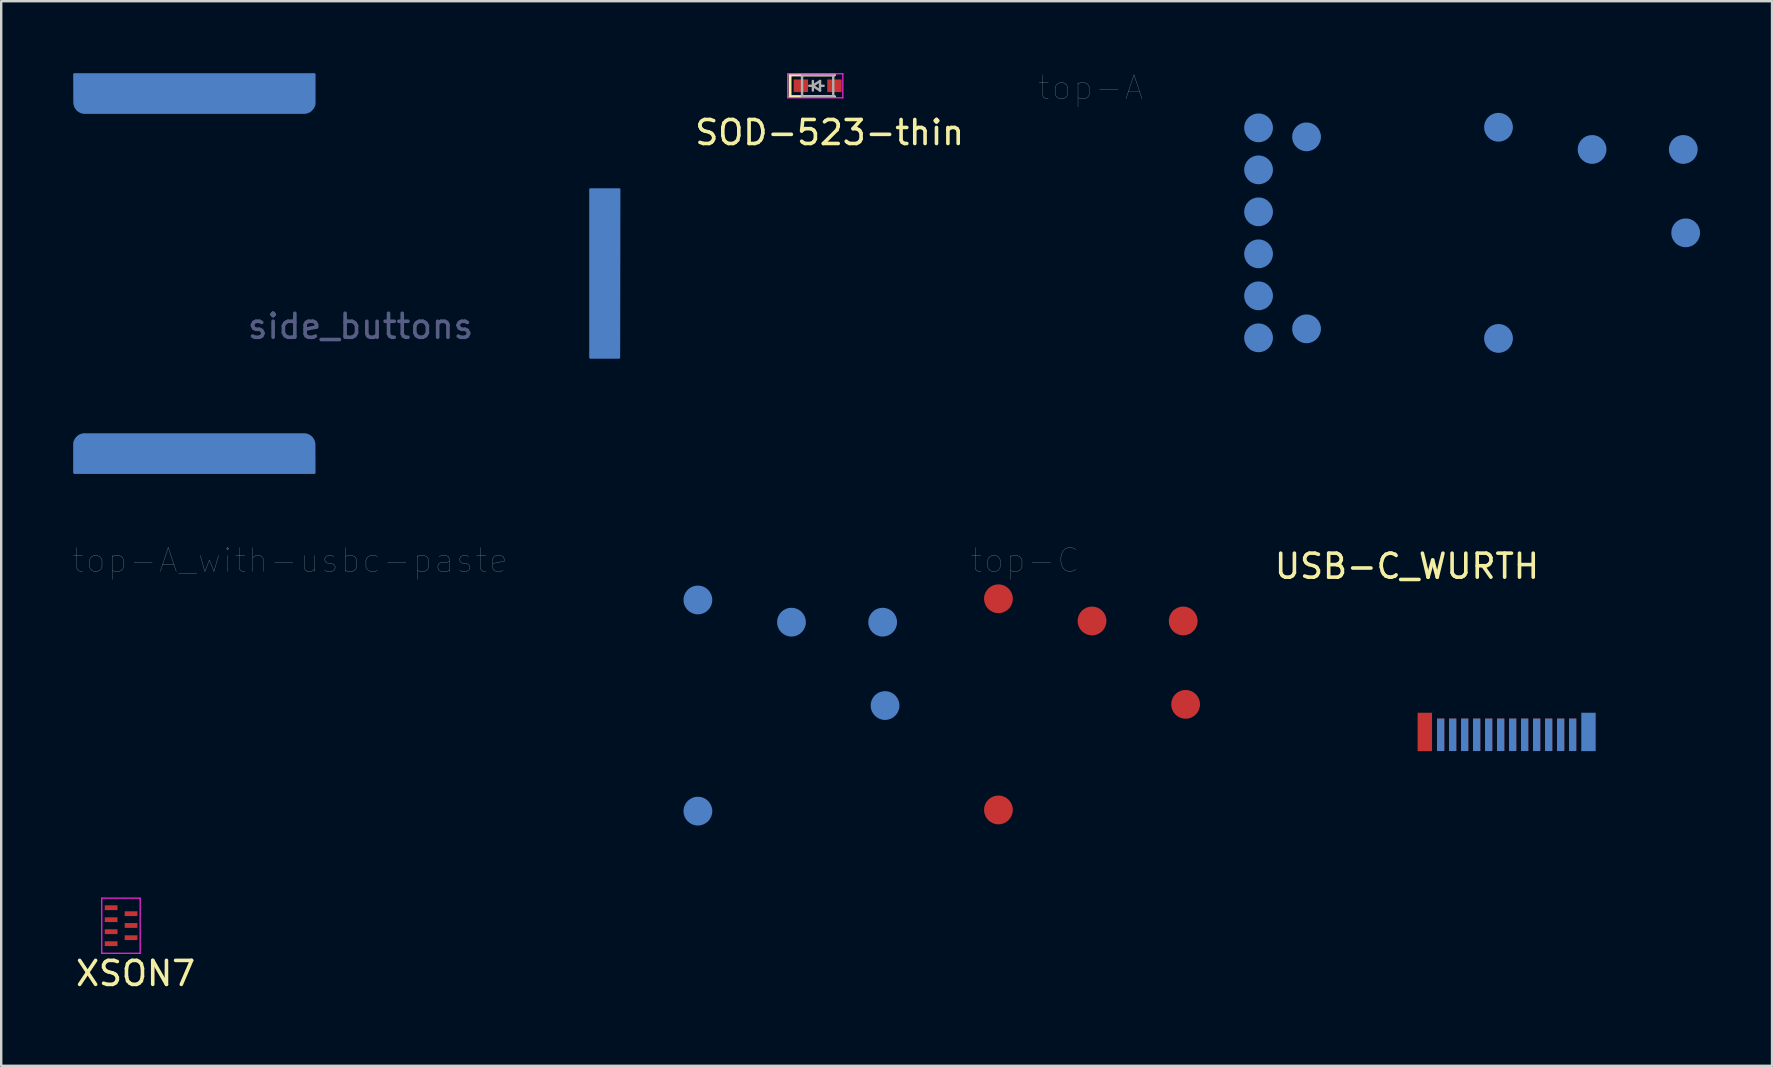
<source format=kicad_pcb>
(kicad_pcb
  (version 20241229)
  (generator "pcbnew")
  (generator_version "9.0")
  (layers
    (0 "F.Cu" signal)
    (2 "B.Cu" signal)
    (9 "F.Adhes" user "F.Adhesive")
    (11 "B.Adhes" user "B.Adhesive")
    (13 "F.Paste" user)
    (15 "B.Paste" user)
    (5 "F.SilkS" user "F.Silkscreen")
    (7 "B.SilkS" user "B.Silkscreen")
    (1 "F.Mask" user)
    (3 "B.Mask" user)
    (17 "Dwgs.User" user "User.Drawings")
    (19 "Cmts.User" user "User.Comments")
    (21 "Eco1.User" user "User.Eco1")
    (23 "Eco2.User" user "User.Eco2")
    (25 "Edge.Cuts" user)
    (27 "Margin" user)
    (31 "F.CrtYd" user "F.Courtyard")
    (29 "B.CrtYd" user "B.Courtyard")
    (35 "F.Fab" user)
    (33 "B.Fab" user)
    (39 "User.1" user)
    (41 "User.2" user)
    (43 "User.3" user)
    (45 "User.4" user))
  (footprint "USB-C_WURTH"
    (layer "F.Cu")
    (at 59.684 28.398)
    (property "Reference" "USB-C_WURTH" (at -4.1 -7.85 0) (layer "F.SilkS") (effects (font (size 1 1) (thickness 0.15))))
    (attr through_hole)
    (fp_line (start -4.195 -0.144) (end 4.305 -0.144) (stroke (width 0.1) (type solid)) (layer "Eco1.User"))
    (fp_line (start -4.195 0.036) (end 4.305 0.036) (stroke (width 0.1) (type solid)) (layer "Eco1.User"))
    (fp_line (start 0.055 -3) (end 0.055 2.7) (stroke (width 0.1) (type solid)) (layer "Eco1.User"))
    (fp_line (start 0.055 0.036) (end 0.055 -3.53) (stroke (width 0.1) (type solid)) (layer "Eco1.User"))
    (pad "A1" smd rect (at 2.805 -0.825) (size 0.3 1.35) (layers "F.Cu" "F.Mask" "F.Paste"))
    (pad "A2" smd rect (at 2.305 -0.825) (size 0.3 1.35) (layers "F.Cu" "F.Mask" "F.Paste"))
    (pad "A3" smd rect (at 1.805 -0.825) (size 0.3 1.35) (layers "F.Cu" "F.Mask" "F.Paste"))
    (pad "A4" smd rect (at 1.305 -0.825) (size 0.3 1.35) (layers "F.Cu" "F.Mask" "F.Paste"))
    (pad "A5" smd rect (at 0.805 -0.825) (size 0.3 1.35) (layers "F.Cu" "F.Mask" "F.Paste"))
    (pad "A6" smd rect (at 0.305 -0.825) (size 0.3 1.35) (layers "F.Cu" "F.Mask" "F.Paste"))
    (pad "A7" smd rect (at -0.195 -0.825) (size 0.3 1.35) (layers "F.Cu" "F.Mask" "F.Paste"))
    (pad "A8" smd rect (at -0.695 -0.825) (size 0.3 1.35) (layers "F.Cu" "F.Mask" "F.Paste"))
    (pad "A9" smd rect (at -1.195 -0.825) (size 0.3 1.35) (layers "F.Cu" "F.Mask" "F.Paste"))
    (pad "A10" smd rect (at -1.695 -0.825) (size 0.3 1.35) (layers "F.Cu" "F.Mask" "F.Paste"))
    (pad "A11" smd rect (at -2.195 -0.825) (size 0.3 1.35) (layers "F.Cu" "F.Mask" "F.Paste"))
    (pad "A12" smd rect (at -2.695 -0.825) (size 0.3 1.35) (layers "F.Cu" "F.Mask" "F.Paste"))
    (pad "B1" smd rect (at -2.695 -0.825 180) (size 0.3 1.35) (layers "B.Cu" "B.Mask" "B.Paste"))
    (pad "B2" smd rect (at -2.195 -0.825 180) (size 0.3 1.35) (layers "B.Cu" "B.Mask" "B.Paste"))
    (pad "B3" smd rect (at -1.695 -0.825 180) (size 0.3 1.35) (layers "B.Cu" "B.Mask" "B.Paste"))
    (pad "B4" smd rect (at -1.195 -0.825 180) (size 0.3 1.35) (layers "B.Cu" "B.Mask" "B.Paste"))
    (pad "B5" smd rect (at -0.695 -0.825 180) (size 0.3 1.35) (layers "B.Cu" "B.Mask" "B.Paste"))
    (pad "B6" smd rect (at -0.195 -0.825 180) (size 0.3 1.35) (layers "B.Cu" "B.Mask" "B.Paste"))
    (pad "B7" smd rect (at 0.305 -0.825 180) (size 0.3 1.35) (layers "B.Cu" "B.Mask" "B.Paste"))
    (pad "B8" smd rect (at 0.805 -0.825 180) (size 0.3 1.35) (layers "B.Cu" "B.Mask" "B.Paste"))
    (pad "B9" smd rect (at 1.305 -0.825 180) (size 0.3 1.35) (layers "B.Cu" "B.Mask" "B.Paste"))
    (pad "B10" smd rect (at 1.805 -0.825 180) (size 0.3 1.35) (layers "B.Cu" "B.Mask" "B.Paste"))
    (pad "B11" smd rect (at 2.305 -0.825 180) (size 0.3 1.35) (layers "B.Cu" "B.Mask" "B.Paste"))
    (pad "B12" smd rect (at 2.805 -0.825 180) (size 0.3 1.35) (layers "B.Cu" "B.Mask" "B.Paste"))
    (pad "NC" smd rect (at -3.355 -0.945) (size 0.6 1.6) (layers "F.Cu" "F.Mask" "F.Paste"))
    (pad "NC" smd rect (at 3.465 -0.945 180) (size 0.6 1.6) (layers "B.Cu" "B.Mask" "B.Paste")))
  (footprint "side_buttons"
    (layer "F.Cu")
    (at 22.35 8.8)
    (property "Reference" "side_buttons" (at -10.375 1.75 0) (layer "B.Fab") (effects (font (size 1 1) (thickness 0.15))))
    (attr through_hole)
    (fp_poly (pts (xy 0.395 3.05) (xy -0.795 3.05) (xy -0.795 -3.955) (xy 0.405 -3.955)) (stroke (width 0.1) (type solid)) (fill yes) (layer "B.Cu"))
    (fp_poly (pts (xy -22.3 6.65) (xy -22.295 6.59) (xy -22.285 6.555) (xy -22.265 6.51) (xy -22.235 6.455) (xy -22.185 6.395) (xy -22.135 6.345) (xy -22.1 6.32) (xy -22.065 6.3) (xy -22.015 6.28) (xy -21.945 6.26) (xy -21.895 6.255) (xy -12.735 6.255) (xy -12.67 6.26) (xy -12.64 6.265) (xy -12.59 6.28) (xy -12.535 6.305) (xy -12.47 6.345) (xy -12.445 6.365) (xy -12.405 6.41) (xy -12.375 6.45) (xy -12.345 6.505) (xy -12.325 6.56) (xy -12.31 6.62) (xy -12.305 6.685) (xy -12.305 6.74) (xy -12.3 7.85) (xy -22.3 7.85)) (stroke (width 0.1) (type solid)) (fill yes) (layer "B.Cu"))
    (fp_poly (pts (xy -12.3 -7.55) (xy -12.305 -7.49) (xy -12.315 -7.455) (xy -12.335 -7.41) (xy -12.365 -7.355) (xy -12.415 -7.295) (xy -12.465 -7.245) (xy -12.5 -7.22) (xy -12.535 -7.2) (xy -12.585 -7.18) (xy -12.655 -7.16) (xy -12.705 -7.155) (xy -21.865 -7.155) (xy -21.93 -7.16) (xy -21.96 -7.165) (xy -22.01 -7.18) (xy -22.065 -7.205) (xy -22.13 -7.245) (xy -22.155 -7.265) (xy -22.195 -7.31) (xy -22.225 -7.35) (xy -22.255 -7.405) (xy -22.275 -7.46) (xy -22.29 -7.52) (xy -22.295 -7.585) (xy -22.295 -7.64) (xy -22.3 -8.75) (xy -12.3 -8.75)) (stroke (width 0.1) (type solid)) (fill yes) (layer "B.Cu"))
    (fp_poly (pts (xy 0.395 3.05) (xy -0.795 3.05) (xy -0.795 -3.955) (xy 0.405 -3.955)) (stroke (width 0.1) (type solid)) (fill yes) (layer "B.Mask"))
    (fp_poly (pts (xy -22.3 6.65) (xy -22.295 6.59) (xy -22.285 6.555) (xy -22.265 6.51) (xy -22.235 6.455) (xy -22.185 6.395) (xy -22.135 6.345) (xy -22.1 6.32) (xy -22.065 6.3) (xy -22.015 6.28) (xy -21.945 6.26) (xy -21.895 6.255) (xy -12.735 6.255) (xy -12.67 6.26) (xy -12.64 6.265) (xy -12.59 6.28) (xy -12.535 6.305) (xy -12.47 6.345) (xy -12.445 6.365) (xy -12.405 6.41) (xy -12.375 6.45) (xy -12.345 6.505) (xy -12.325 6.56) (xy -12.31 6.62) (xy -12.305 6.685) (xy -12.305 6.74) (xy -12.3 7.85) (xy -22.3 7.85)) (stroke (width 0.1) (type solid)) (fill yes) (layer "B.Mask"))
    (fp_poly (pts (xy -12.3 -7.55) (xy -12.305 -7.49) (xy -12.315 -7.455) (xy -12.335 -7.41) (xy -12.365 -7.355) (xy -12.415 -7.295) (xy -12.465 -7.245) (xy -12.5 -7.22) (xy -12.535 -7.2) (xy -12.585 -7.18) (xy -12.655 -7.16) (xy -12.705 -7.155) (xy -21.865 -7.155) (xy -21.93 -7.16) (xy -21.96 -7.165) (xy -22.01 -7.18) (xy -22.065 -7.205) (xy -22.13 -7.245) (xy -22.155 -7.265) (xy -22.195 -7.31) (xy -22.225 -7.35) (xy -22.255 -7.405) (xy -22.275 -7.46) (xy -22.29 -7.52) (xy -22.295 -7.585) (xy -22.295 -7.64) (xy -22.3 -8.75) (xy -12.3 -8.75)) (stroke (width 0.1) (type solid)) (fill yes) (layer "B.Mask"))
    (pad "1" smd custom (at -20.34 -7.63 90) (size 0.5 0.5) (layers "B.Cu") (options (anchor rect)) (primitives))
    (pad "2" smd custom (at -20.34 6.78 90) (size 0.5 0.5) (layers "B.Cu") (options (anchor rect)) (primitives))
    (pad "3" smd custom (at -0.27 -0.38 90) (size 0.5 0.5) (layers "B.Cu") (options (anchor rect)) (primitives)))
  (footprint "XSON7"
    (layer "F.Cu")
    (at 1.581 34.778)
    (property "Reference" "XSON7" (at 1.02 2.74 0) (layer "F.SilkS") (effects (font (size 1 1) (thickness 0.15))))
    (attr through_hole)
    (fp_line (start -0.39 -0.4) (end 1.21 -0.4) (stroke (width 0.05) (type solid)) (layer "F.CrtYd"))
    (fp_line (start -0.39 1.9) (end -0.39 -0.4) (stroke (width 0.05) (type solid)) (layer "F.CrtYd"))
    (fp_line (start 1.21 -0.4) (end 1.21 1.9) (stroke (width 0.05) (type solid)) (layer "F.CrtYd"))
    (fp_line (start 1.21 1.9) (end -0.39 1.9) (stroke (width 0.05) (type solid)) (layer "F.CrtYd"))
    (pad "1" smd rect (at 0 0) (size 0.53 0.2) (layers "F.Cu" "F.Mask" "F.Paste"))
    (pad "2" smd rect (at 0 0.5) (size 0.53 0.2) (layers "F.Cu" "F.Mask" "F.Paste"))
    (pad "3" smd rect (at 0 1) (size 0.53 0.2) (layers "F.Cu" "F.Mask" "F.Paste"))
    (pad "4" smd rect (at 0 1.5) (size 0.53 0.2) (layers "F.Cu" "F.Mask" "F.Paste"))
    (pad "5" smd rect (at 0.83 0.25) (size 0.53 0.2) (layers "F.Cu" "F.Mask" "F.Paste"))
    (pad "6" smd rect (at 0.83 0.74) (size 0.53 0.2) (layers "F.Cu" "F.Mask" "F.Paste"))
    (pad "7" smd rect (at 0.83 1.25) (size 0.53 0.2) (layers "F.Cu" "F.Mask" "F.Paste")))
  (footprint "top-A_with-usbc-paste"
    (layer "F.Cu")
    (at 16.084 26.353)
    (property "Reference" "top-A_with-usbc-paste" (at -7.05 -6.05 0) (layer "F.Fab") (effects (font (size 1 1) (thickness 0.01))))
    (attr through_hole)
    (fp_circle (center 9.95 -4.4) (end 10.45 -4.4) (stroke (width 0.36) (type solid)) (fill no) (layer "B.Paste"))
    (fp_circle (center 13.85 -3.475) (end 14.35 -3.475) (stroke (width 0.26) (type solid)) (fill no) (layer "B.Paste"))
    (fp_circle (center 17.65 -3.475) (end 18.15 -3.475) (stroke (width 0.26) (type solid)) (fill no) (layer "B.Paste"))
    (pad "9" smd circle (at 9.95 -4.4) (size 1.2 1.2) (layers "B.Cu" "B.Mask" "B.Paste"))
    (pad "10" smd circle (at 9.95 4.4) (size 1.2 1.2) (layers "B.Cu" "B.Mask" "B.Paste"))
    (pad "11" smd circle (at 17.75 0) (size 1.2 1.2) (layers "B.Cu" "B.Mask" "B.Paste"))
    (pad "12" smd circle (at 13.85 -3.475) (size 1.2 1.2) (layers "B.Cu" "B.Mask" "B.Paste"))
    (pad "13" smd circle (at 17.65 -3.475) (size 1.2 1.2) (layers "B.Cu" "B.Mask" "B.Paste")))
  (footprint "SOD-523-thin"
    (layer "F.Cu")
    (at 30.975 0.625)
    (property "Reference" "SOD-523-thin" (at 0.55 1.85 0) (layer "F.SilkS") (effects (font (size 1 1) (thickness 0.15))))
    (attr through_hole)
    (fp_line (start -1.1 -0.55) (end -1.1 0.35) (stroke (width 0.12) (type solid)) (layer "F.SilkS"))
    (fp_line (start 0.75 -0.55) (end -1.1 -0.55) (stroke (width 0.12) (type solid)) (layer "F.SilkS"))
    (fp_line (start 0.75 0.35) (end -1.1 0.35) (stroke (width 0.12) (type solid)) (layer "F.SilkS"))
    (fp_line (start -1.2 -0.6) (end 1.1 -0.6) (stroke (width 0.05) (type solid)) (layer "F.CrtYd"))
    (fp_line (start -1.2 0.4) (end -1.2 -0.6) (stroke (width 0.05) (type solid)) (layer "F.CrtYd"))
    (fp_line (start 1.1 -0.6) (end 1.1 0.4) (stroke (width 0.05) (type solid)) (layer "F.CrtYd"))
    (fp_line (start 1.1 0.4) (end -1.2 0.4) (stroke (width 0.05) (type solid)) (layer "F.CrtYd"))
    (fp_line (start -0.6 -0.55) (end 0.7 -0.55) (stroke (width 0.1) (type solid)) (layer "F.Fab"))
    (fp_line (start -0.6 0.35) (end -0.6 -0.55) (stroke (width 0.1) (type solid)) (layer "F.Fab"))
    (fp_line (start -0.15 -0.1) (end -0.3 -0.1) (stroke (width 0.1) (type solid)) (layer "F.Fab"))
    (fp_line (start -0.15 -0.1) (end 0.15 0.1) (stroke (width 0.1) (type solid)) (layer "F.Fab"))
    (fp_line (start -0.15 0.1) (end -0.15 -0.3) (stroke (width 0.1) (type solid)) (layer "F.Fab"))
    (fp_line (start 0.15 -0.3) (end -0.15 -0.1) (stroke (width 0.1) (type solid)) (layer "F.Fab"))
    (fp_line (start 0.15 -0.1) (end 0.3 -0.1) (stroke (width 0.1) (type solid)) (layer "F.Fab"))
    (fp_line (start 0.15 0.1) (end 0.15 -0.3) (stroke (width 0.1) (type solid)) (layer "F.Fab"))
    (fp_line (start 0.7 -0.55) (end 0.7 0.35) (stroke (width 0.1) (type solid)) (layer "F.Fab"))
    (fp_line (start 0.7 0.35) (end -0.6 0.35) (stroke (width 0.1) (type solid)) (layer "F.Fab"))
    (pad "1" smd rect (at -0.65 -0.1 180) (size 0.6 0.525) (layers "F.Cu" "F.Mask" "F.Paste"))
    (pad "2" smd rect (at 0.75 -0.1 180) (size 0.6 0.525) (layers "F.Cu" "F.Mask" "F.Paste")))
  (footprint "top-A"
    (layer "F.Cu")
    (at 49.449 6.653)
    (property "Reference" "top-A" (at -7.05 -6.05 0) (layer "F.Fab") (effects (font (size 1 1) (thickness 0.01))))
    (attr through_hole)
    (pad "1" smd circle (at 1.95 -4) (size 1.2 1.2) (layers "B.Cu" "B.Mask" "B.Paste"))
    (pad "2" smd circle (at -0.05 -4.375) (size 1.2 1.2) (layers "B.Cu" "B.Mask" "B.Paste"))
    (pad "3" smd circle (at -0.05 -2.625) (size 1.2 1.2) (layers "B.Cu" "B.Mask" "B.Paste"))
    (pad "4" smd circle (at -0.05 -0.875) (size 1.2 1.2) (layers "B.Cu" "B.Mask" "B.Paste"))
    (pad "5" smd circle (at -0.05 0.875) (size 1.2 1.2) (layers "B.Cu" "B.Mask" "B.Paste"))
    (pad "6" smd circle (at -0.05 2.625) (size 1.2 1.2) (layers "B.Cu" "B.Mask" "B.Paste"))
    (pad "7" smd circle (at -0.05 4.375) (size 1.2 1.2) (layers "B.Cu" "B.Mask" "B.Paste"))
    (pad "8" smd circle (at 1.95 4) (size 1.2 1.2) (layers "B.Cu" "B.Mask" "B.Paste"))
    (pad "9" smd circle (at 9.95 -4.4) (size 1.2 1.2) (layers "B.Cu" "B.Mask" "B.Paste"))
    (pad "10" smd circle (at 9.95 4.4) (size 1.2 1.2) (layers "B.Cu" "B.Mask" "B.Paste"))
    (pad "11" smd circle (at 17.75 0) (size 1.2 1.2) (layers "B.Cu" "B.Mask" "B.Paste"))
    (pad "12" smd circle (at 13.85 -3.475) (size 1.2 1.2) (layers "B.Cu" "B.Mask" "B.Paste"))
    (pad "13" smd circle (at 17.65 -3.475) (size 1.2 1.2) (layers "B.Cu" "B.Mask" "B.Paste")))
  (footprint "top-C"
    (layer "F.Cu")
    (at 42.509 26.428)
    (property "Reference" "top-C" (at -2.85 -6.125 0) (layer "F.Fab") (effects (font (size 1 1) (thickness 0.01))))
    (attr through_hole)
    (pad "9" smd circle (at -3.95 -4.525) (size 1.2 1.2) (layers "F.Cu" "F.Mask" "F.Paste"))
    (pad "10" smd circle (at -3.95 4.275) (size 1.2 1.2) (layers "F.Cu" "F.Mask" "F.Paste"))
    (pad "11" smd circle (at 3.85 -0.125) (size 1.2 1.2) (layers "F.Cu" "F.Mask" "F.Paste"))
    (pad "12" smd circle (at -0.05 -3.6) (size 1.2 1.2) (layers "F.Cu" "F.Mask" "F.Paste"))
    (pad "13" smd circle (at 3.75 -3.6) (size 1.2 1.2) (layers "F.Cu" "F.Mask" "F.Paste")))
  (gr_rect
    (start -3 -3)
    (end 70.799 41.366)
    (stroke (width 0.1) (type default))
    (fill no)
    (layer "Edge.Cuts")))
</source>
